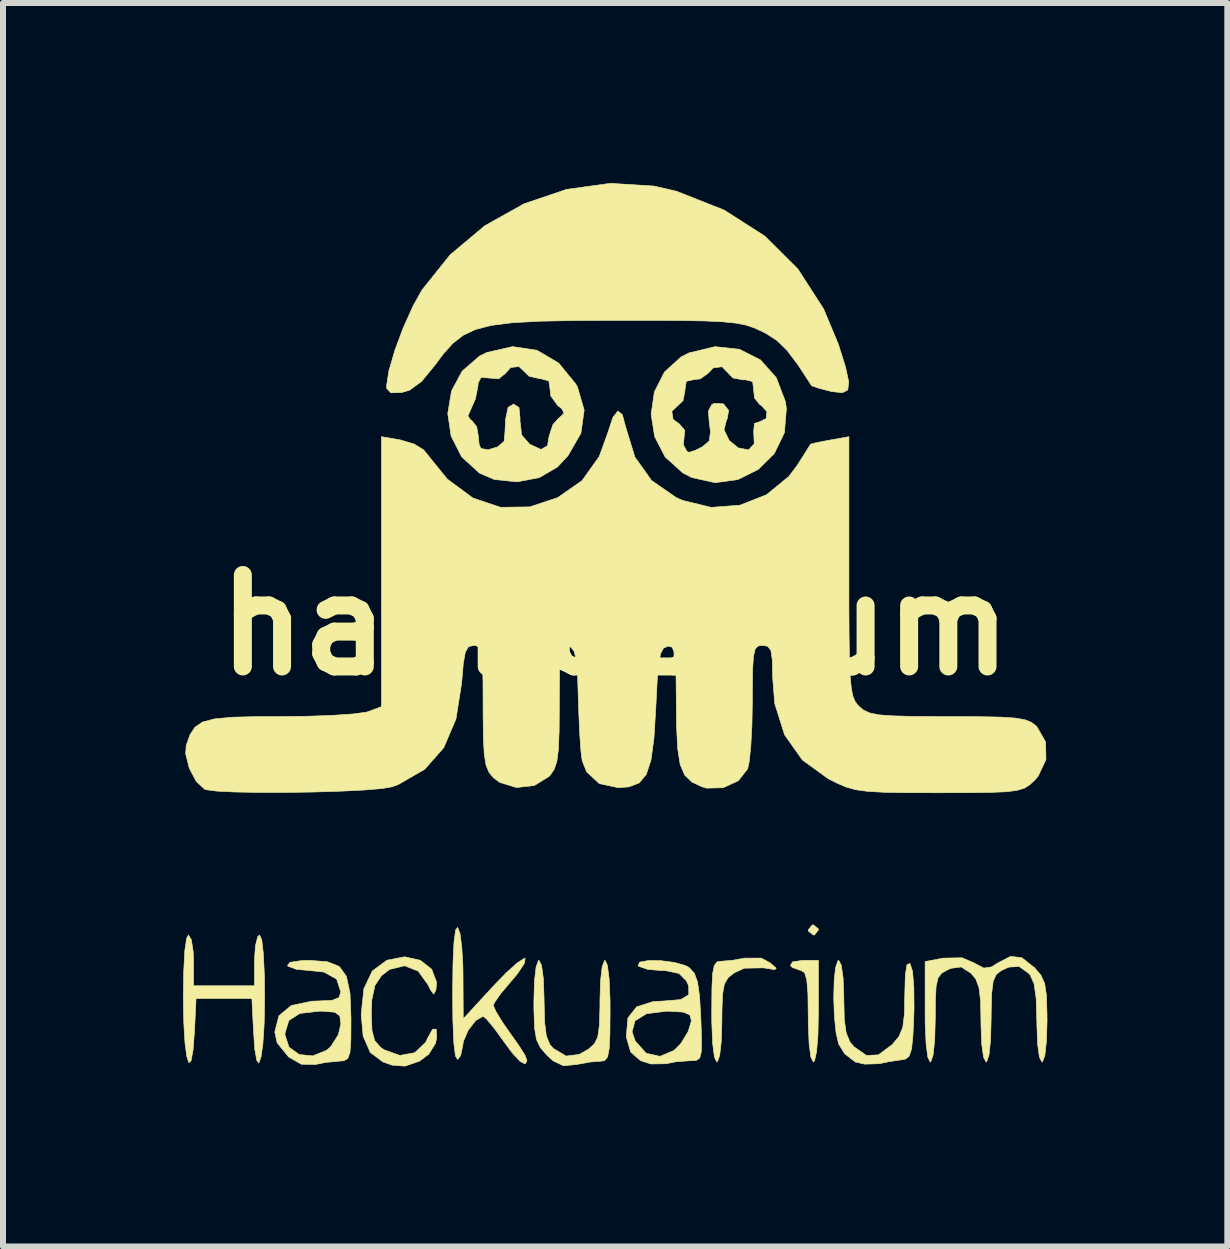
<source format=kicad_pcb>
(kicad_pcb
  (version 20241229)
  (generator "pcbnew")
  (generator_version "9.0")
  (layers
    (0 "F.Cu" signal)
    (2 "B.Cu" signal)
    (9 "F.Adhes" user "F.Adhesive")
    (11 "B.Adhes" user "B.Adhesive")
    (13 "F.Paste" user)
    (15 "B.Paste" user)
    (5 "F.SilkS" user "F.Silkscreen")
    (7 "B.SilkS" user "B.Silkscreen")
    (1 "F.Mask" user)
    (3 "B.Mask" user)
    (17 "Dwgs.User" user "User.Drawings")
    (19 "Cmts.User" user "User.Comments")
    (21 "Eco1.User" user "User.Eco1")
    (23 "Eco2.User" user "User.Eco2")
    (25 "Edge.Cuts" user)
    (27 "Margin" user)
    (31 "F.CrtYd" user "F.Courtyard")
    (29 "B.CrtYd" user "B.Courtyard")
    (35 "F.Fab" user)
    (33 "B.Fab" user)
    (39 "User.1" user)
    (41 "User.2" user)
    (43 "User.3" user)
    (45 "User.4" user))
  (footprint "hackuarium"
    (layer "F.Cu")
    (at 7.202 7.367)
    (property "Reference" "hackuarium" (at 0 0 0) (layer "F.SilkS") (effects (font (size 1.524 1.524) (thickness 0.3))))
    (attr through_hole)
    (fp_poly (pts (xy 3.384 5.06) (xy 3.387 5.08) (xy 3.322 5.162) (xy 3.302 5.165) (xy 3.22 5.1) (xy 3.217 5.08) (xy 3.282 4.998) (xy 3.302 4.995) (xy 3.384 5.06)) (stroke (width 0.01) (type solid)) (fill yes) (layer "F.SilkS"))
    (fp_poly (pts (xy 3.387 6.435) (xy 3.379 6.828) (xy 3.356 7.112) (xy 3.322 7.263) (xy 3.302 7.281) (xy 3.261 7.201) (xy 3.232 6.98) (xy 3.218 6.645) (xy 3.217 6.519) (xy 3.212 6.145) (xy 3.193 5.911) (xy 3.156 5.791) (xy 3.096 5.757) (xy 3.095 5.757) (xy 2.951 5.706) (xy 2.921 5.673) (xy 2.954 5.613) (xy 3.119 5.588) (xy 3.128 5.588) (xy 3.387 5.588) (xy 3.387 6.435)) (stroke (width 0.01) (type solid)) (fill yes) (layer "F.SilkS"))
    (fp_poly (pts (xy 2.582 5.629) (xy 2.684 5.718) (xy 2.661 5.742) (xy 2.494 5.716) (xy 2.473 5.712) (xy 2.151 5.718) (xy 1.986 5.794) (xy 1.882 5.876) (xy 1.82 5.981) (xy 1.789 6.151) (xy 1.779 6.429) (xy 1.778 6.606) (xy 1.768 6.941) (xy 1.741 7.176) (xy 1.701 7.279) (xy 1.693 7.281) (xy 1.654 7.201) (xy 1.625 6.976) (xy 1.61 6.631) (xy 1.609 6.44) (xy 1.612 6.054) (xy 1.624 5.807) (xy 1.652 5.67) (xy 1.7 5.612) (xy 1.757 5.603) (xy 1.947 5.587) (xy 2.159 5.55) (xy 2.433 5.549) (xy 2.582 5.629)) (stroke (width 0.01) (type solid)) (fill yes) (layer "F.SilkS"))
    (fp_poly (pts (xy -5.89 5.246) (xy -5.863 5.478) (xy -5.846 5.843) (xy -5.842 6.223) (xy -5.85 6.65) (xy -5.871 6.978) (xy -5.902 7.197) (xy -5.937 7.294) (xy -5.972 7.257) (xy -6.005 7.074) (xy -6.028 6.752) (xy -6.054 6.223) (xy -6.985 6.223) (xy -7.01 6.752) (xy -7.035 7.085) (xy -7.068 7.261) (xy -7.104 7.292) (xy -7.139 7.19) (xy -7.169 6.966) (xy -7.189 6.633) (xy -7.197 6.223) (xy -7.19 5.765) (xy -7.172 5.424) (xy -7.142 5.219) (xy -7.112 5.165) (xy -7.064 5.241) (xy -7.033 5.436) (xy -7.027 5.588) (xy -7.027 6.011) (xy -6.011 6.011) (xy -6.011 5.588) (xy -5.996 5.347) (xy -5.957 5.193) (xy -5.927 5.165) (xy -5.89 5.246)) (stroke (width 0.01) (type solid)) (fill yes) (layer "F.SilkS"))
    (fp_poly (pts (xy -3.249 5.586) (xy -3.058 5.735) (xy -2.976 5.953) (xy -2.987 6.079) (xy -3.024 6.15) (xy -3.081 6.074) (xy -3.113 6.002) (xy -3.282 5.767) (xy -3.51 5.677) (xy -3.76 5.738) (xy -3.895 5.842) (xy -4.004 6.006) (xy -4.056 6.246) (xy -4.064 6.475) (xy -4.053 6.757) (xy -4.008 6.926) (xy -3.908 7.039) (xy -3.853 7.077) (xy -3.588 7.172) (xy -3.34 7.126) (xy -3.158 6.953) (xy -3.127 6.886) (xy -3.042 6.734) (xy -2.982 6.735) (xy -2.975 6.874) (xy -2.993 6.967) (xy -3.106 7.151) (xy -3.262 7.267) (xy -3.503 7.35) (xy -3.715 7.334) (xy -3.868 7.281) (xy -4.081 7.123) (xy -4.2 6.849) (xy -4.233 6.487) (xy -4.188 6.06) (xy -4.047 5.764) (xy -3.805 5.586) (xy -3.801 5.584) (xy -3.509 5.528) (xy -3.249 5.586)) (stroke (width 0.01) (type solid)) (fill yes) (layer "F.SilkS"))
    (fp_poly (pts (xy 3.768 5.667) (xy 3.798 5.88) (xy 3.81 6.193) (xy 3.81 6.223) (xy 3.818 6.573) (xy 3.85 6.799) (xy 3.913 6.948) (xy 3.979 7.027) (xy 4.187 7.172) (xy 4.387 7.162) (xy 4.612 6.995) (xy 4.618 6.989) (xy 4.729 6.857) (xy 4.792 6.707) (xy 4.82 6.486) (xy 4.826 6.168) (xy 4.835 5.834) (xy 4.862 5.661) (xy 4.91 5.639) (xy 4.914 5.642) (xy 4.955 5.769) (xy 4.977 6.029) (xy 4.98 6.387) (xy 4.978 6.478) (xy 4.962 6.837) (xy 4.94 7.061) (xy 4.901 7.181) (xy 4.839 7.231) (xy 4.784 7.242) (xy 4.564 7.275) (xy 4.403 7.309) (xy 4.159 7.317) (xy 3.999 7.28) (xy 3.824 7.143) (xy 3.724 6.982) (xy 3.68 6.789) (xy 3.653 6.519) (xy 3.642 6.218) (xy 3.649 5.932) (xy 3.672 5.709) (xy 3.712 5.594) (xy 3.725 5.588) (xy 3.768 5.667)) (stroke (width 0.01) (type solid)) (fill yes) (layer "F.SilkS"))
    (fp_poly (pts (xy -0.13 5.668) (xy -0.101 5.893) (xy -0.086 6.238) (xy -0.085 6.429) (xy -0.088 6.816) (xy -0.1 7.062) (xy -0.128 7.2) (xy -0.176 7.258) (xy -0.233 7.267) (xy -0.42 7.282) (xy -0.651 7.324) (xy -0.864 7.343) (xy -1.034 7.262) (xy -1.137 7.168) (xy -1.247 7.042) (xy -1.312 6.906) (xy -1.344 6.711) (xy -1.354 6.411) (xy -1.355 6.269) (xy -1.345 5.932) (xy -1.318 5.696) (xy -1.278 5.59) (xy -1.27 5.588) (xy -1.228 5.667) (xy -1.198 5.882) (xy -1.186 6.201) (xy -1.185 6.252) (xy -1.177 6.612) (xy -1.148 6.843) (xy -1.09 6.988) (xy -1.03 7.057) (xy -0.818 7.182) (xy -0.598 7.155) (xy -0.442 7.065) (xy -0.347 6.98) (xy -0.29 6.863) (xy -0.263 6.671) (xy -0.254 6.364) (xy -0.254 6.261) (xy -0.244 5.927) (xy -0.217 5.693) (xy -0.177 5.59) (xy -0.169 5.588) (xy -0.13 5.668)) (stroke (width 0.01) (type solid)) (fill yes) (layer "F.SilkS"))
    (fp_poly (pts (xy -2.586 5.141) (xy -2.556 5.371) (xy -2.538 5.686) (xy -2.536 5.826) (xy -2.532 6.562) (xy -2.044 6.031) (xy -1.818 5.797) (xy -1.633 5.63) (xy -1.518 5.555) (xy -1.499 5.556) (xy -1.518 5.645) (xy -1.629 5.811) (xy -1.737 5.939) (xy -1.905 6.138) (xy -2.011 6.289) (xy -2.032 6.338) (xy -1.986 6.443) (xy -1.87 6.631) (xy -1.795 6.739) (xy -1.606 7.006) (xy -1.503 7.168) (xy -1.47 7.256) (xy -1.491 7.302) (xy -1.505 7.312) (xy -1.585 7.271) (xy -1.722 7.121) (xy -1.858 6.937) (xy -2.019 6.715) (xy -2.146 6.563) (xy -2.201 6.519) (xy -2.324 6.589) (xy -2.449 6.751) (xy -2.53 6.938) (xy -2.54 7.008) (xy -2.576 7.176) (xy -2.625 7.239) (xy -2.662 7.182) (xy -2.689 6.962) (xy -2.705 6.586) (xy -2.709 6.138) (xy -2.703 5.632) (xy -2.686 5.276) (xy -2.658 5.078) (xy -2.625 5.038) (xy -2.586 5.141)) (stroke (width 0.01) (type solid)) (fill yes) (layer "F.SilkS"))
    (fp_poly (pts (xy -4.799 5.609) (xy -4.598 5.689) (xy -4.478 5.856) (xy -4.419 6.135) (xy -4.403 6.554) (xy -4.403 6.581) (xy -4.405 6.919) (xy -4.42 7.122) (xy -4.457 7.224) (xy -4.524 7.261) (xy -4.593 7.266) (xy -4.83 7.289) (xy -4.997 7.323) (xy -5.231 7.318) (xy -5.442 7.197) (xy -5.634 6.961) (xy -5.662 6.828) (xy -5.503 6.828) (xy -5.435 7.036) (xy -5.265 7.157) (xy -5.04 7.179) (xy -4.812 7.087) (xy -4.741 7.027) (xy -4.613 6.826) (xy -4.572 6.646) (xy -4.589 6.514) (xy -4.67 6.452) (xy -4.862 6.435) (xy -4.936 6.435) (xy -5.256 6.472) (xy -5.439 6.59) (xy -5.503 6.803) (xy -5.503 6.828) (xy -5.662 6.828) (xy -5.673 6.78) (xy -5.604 6.511) (xy -5.397 6.339) (xy -5.056 6.268) (xy -4.968 6.265) (xy -4.721 6.254) (xy -4.603 6.208) (xy -4.572 6.114) (xy -4.572 6.113) (xy -4.642 5.9) (xy -4.852 5.783) (xy -5.092 5.757) (xy -5.312 5.737) (xy -5.449 5.686) (xy -5.461 5.673) (xy -5.42 5.62) (xy -5.232 5.592) (xy -5.098 5.588) (xy -4.799 5.609)) (stroke (width 0.01) (type solid)) (fill yes) (layer "F.SilkS"))
    (fp_poly (pts (xy 0.65 -7.316) (xy 1.022 -7.23) (xy 1.816 -6.916) (xy 2.491 -6.484) (xy 3.044 -5.935) (xy 3.473 -5.27) (xy 3.719 -4.681) (xy 3.839 -4.3) (xy 3.892 -4.053) (xy 3.876 -3.918) (xy 3.785 -3.872) (xy 3.616 -3.891) (xy 3.592 -3.896) (xy 3.389 -3.948) (xy 3.277 -3.988) (xy 3.271 -3.993) (xy 3.041 -4.345) (xy 2.86 -4.583) (xy 2.695 -4.743) (xy 2.512 -4.861) (xy 2.434 -4.9) (xy 2.307 -4.957) (xy 2.174 -5.001) (xy 2.012 -5.032) (xy 1.797 -5.054) (xy 1.504 -5.068) (xy 1.11 -5.075) (xy 0.592 -5.078) (xy 0.037 -5.078) (xy -0.686 -5.075) (xy -1.262 -5.064) (xy -1.712 -5.039) (xy -2.06 -4.995) (xy -2.327 -4.927) (xy -2.534 -4.829) (xy -2.705 -4.696) (xy -2.862 -4.522) (xy -3.003 -4.333) (xy -3.227 -4.06) (xy -3.425 -3.915) (xy -3.557 -3.876) (xy -3.74 -3.871) (xy -3.807 -3.943) (xy -3.81 -3.986) (xy -3.772 -4.234) (xy -3.673 -4.575) (xy -3.532 -4.954) (xy -3.369 -5.316) (xy -3.222 -5.581) (xy -2.75 -6.171) (xy -2.173 -6.655) (xy -1.518 -7.021) (xy -0.811 -7.261) (xy -0.079 -7.362) (xy 0.65 -7.316)) (stroke (width 0.01) (type solid)) (fill yes) (layer "F.SilkS"))
    (fp_poly (pts (xy 0.765 5.593) (xy 0.987 5.622) (xy 1.173 5.675) (xy 1.233 5.708) (xy 1.317 5.799) (xy 1.372 5.945) (xy 1.406 6.186) (xy 1.427 6.546) (xy 1.439 6.894) (xy 1.436 7.106) (xy 1.409 7.215) (xy 1.351 7.255) (xy 1.257 7.259) (xy 1.012 7.277) (xy 0.847 7.31) (xy 0.596 7.314) (xy 0.423 7.259) (xy 0.259 7.116) (xy 0.189 6.878) (xy 0.186 6.845) (xy 0.192 6.779) (xy 0.281 6.779) (xy 0.335 6.935) (xy 0.517 7.135) (xy 0.745 7.187) (xy 0.98 7.089) (xy 1.095 6.974) (xy 1.217 6.772) (xy 1.27 6.596) (xy 1.27 6.593) (xy 1.244 6.497) (xy 1.138 6.45) (xy 0.912 6.435) (xy 0.85 6.435) (xy 0.523 6.476) (xy 0.33 6.595) (xy 0.281 6.779) (xy 0.192 6.779) (xy 0.212 6.548) (xy 0.358 6.361) (xy 0.634 6.274) (xy 0.805 6.265) (xy 1.091 6.241) (xy 1.227 6.161) (xy 1.225 6.013) (xy 1.186 5.928) (xy 1.063 5.805) (xy 0.841 5.759) (xy 0.764 5.757) (xy 0.54 5.737) (xy 0.396 5.688) (xy 0.381 5.673) (xy 0.411 5.616) (xy 0.555 5.59) (xy 0.765 5.593)) (stroke (width 0.01) (type solid)) (fill yes) (layer "F.SilkS"))
    (fp_poly (pts (xy 6.776 5.543) (xy 6.984 5.707) (xy 6.989 5.711) (xy 7.094 5.834) (xy 7.157 5.973) (xy 7.187 6.174) (xy 7.196 6.485) (xy 7.197 6.6) (xy 7.187 6.937) (xy 7.16 7.174) (xy 7.12 7.279) (xy 7.112 7.281) (xy 7.07 7.202) (xy 7.04 6.986) (xy 7.028 6.666) (xy 7.027 6.61) (xy 7.016 6.224) (xy 6.98 5.974) (xy 6.913 5.827) (xy 6.894 5.806) (xy 6.732 5.689) (xy 6.559 5.7) (xy 6.429 5.76) (xy 6.348 5.825) (xy 6.299 5.937) (xy 6.274 6.133) (xy 6.266 6.451) (xy 6.265 6.565) (xy 6.256 6.914) (xy 6.23 7.161) (xy 6.191 7.277) (xy 6.181 7.281) (xy 6.139 7.202) (xy 6.109 6.987) (xy 6.096 6.668) (xy 6.096 6.617) (xy 6.089 6.264) (xy 6.062 6.037) (xy 6.007 5.893) (xy 5.926 5.799) (xy 5.766 5.697) (xy 5.596 5.72) (xy 5.545 5.742) (xy 5.443 5.799) (xy 5.38 5.88) (xy 5.348 6.024) (xy 5.336 6.269) (xy 5.334 6.56) (xy 5.325 6.911) (xy 5.299 7.16) (xy 5.26 7.276) (xy 5.249 7.281) (xy 5.21 7.201) (xy 5.181 6.976) (xy 5.166 6.632) (xy 5.165 6.444) (xy 5.165 5.607) (xy 5.468 5.55) (xy 5.779 5.544) (xy 5.978 5.629) (xy 6.143 5.716) (xy 6.271 5.697) (xy 6.371 5.634) (xy 6.59 5.521) (xy 6.776 5.543)) (stroke (width 0.01) (type solid)) (fill yes) (layer "F.SilkS"))
    (fp_poly (pts (xy -1.302 -4.579) (xy -0.943 -4.368) (xy -0.658 -4.019) (xy -0.627 -3.962) (xy -0.517 -3.583) (xy -0.571 -3.198) (xy -0.787 -2.822) (xy -0.963 -2.634) (xy -1.263 -2.458) (xy -1.635 -2.387) (xy -2.012 -2.426) (xy -2.261 -2.532) (xy -2.559 -2.805) (xy -2.734 -3.149) (xy -2.784 -3.485) (xy -2.455 -3.485) (xy -2.409 -3.418) (xy -2.392 -3.411) (xy -2.308 -3.306) (xy -2.286 -3.182) (xy -2.267 -3.011) (xy -2.239 -2.944) (xy -2.118 -2.921) (xy -1.958 -2.971) (xy -1.854 -3.06) (xy -1.848 -3.079) (xy -1.836 -3.229) (xy -1.827 -3.429) (xy -1.784 -3.629) (xy -1.693 -3.683) (xy -1.603 -3.626) (xy -1.585 -3.44) (xy -1.587 -3.412) (xy -1.559 -3.168) (xy -1.425 -3.014) (xy -1.236 -2.927) (xy -1.128 -2.988) (xy -1.101 -3.149) (xy -1.037 -3.342) (xy -0.953 -3.436) (xy -0.852 -3.528) (xy -0.889 -3.605) (xy -0.96 -3.661) (xy -1.073 -3.819) (xy -1.087 -3.941) (xy -1.106 -4.069) (xy -1.249 -4.108) (xy -1.264 -4.108) (xy -1.434 -4.147) (xy -1.503 -4.214) (xy -1.602 -4.308) (xy -1.741 -4.293) (xy -1.832 -4.192) (xy -1.942 -4.104) (xy -2.083 -4.116) (xy -2.235 -4.128) (xy -2.284 -4.034) (xy -2.286 -3.987) (xy -2.329 -3.769) (xy -2.392 -3.628) (xy -2.455 -3.485) (xy -2.784 -3.485) (xy -2.79 -3.527) (xy -2.728 -3.9) (xy -2.551 -4.231) (xy -2.26 -4.484) (xy -2.139 -4.543) (xy -1.71 -4.641) (xy -1.302 -4.579)) (stroke (width 0.01) (type solid)) (fill yes) (layer "F.SilkS"))
    (fp_poly (pts (xy 2.071 -4.596) (xy 2.421 -4.419) (xy 2.685 -4.123) (xy 2.836 -3.726) (xy 2.853 -3.609) (xy 2.82 -3.206) (xy 2.653 -2.861) (xy 2.384 -2.594) (xy 2.045 -2.425) (xy 1.666 -2.373) (xy 1.279 -2.458) (xy 1.126 -2.537) (xy 0.833 -2.801) (xy 0.658 -3.14) (xy 0.599 -3.514) (xy 0.606 -3.563) (xy 0.944 -3.563) (xy 0.965 -3.428) (xy 1.067 -3.353) (xy 1.161 -3.245) (xy 1.152 -3.167) (xy 1.136 -3.004) (xy 1.197 -2.892) (xy 1.238 -2.879) (xy 1.338 -2.914) (xy 1.453 -2.971) (xy 1.567 -3.068) (xy 1.589 -3.223) (xy 1.57 -3.353) (xy 1.552 -3.566) (xy 1.61 -3.673) (xy 1.656 -3.696) (xy 1.805 -3.687) (xy 1.891 -3.577) (xy 1.866 -3.434) (xy 1.856 -3.421) (xy 1.814 -3.256) (xy 1.901 -3.074) (xy 2.053 -2.952) (xy 2.224 -2.92) (xy 2.317 -3.021) (xy 2.308 -3.227) (xy 2.32 -3.36) (xy 2.403 -3.387) (xy 2.518 -3.442) (xy 2.528 -3.559) (xy 2.432 -3.663) (xy 2.413 -3.671) (xy 2.321 -3.785) (xy 2.308 -3.913) (xy 2.291 -4.058) (xy 2.168 -4.089) (xy 2.135 -4.086) (xy 1.962 -4.118) (xy 1.893 -4.191) (xy 1.782 -4.305) (xy 1.635 -4.287) (xy 1.549 -4.197) (xy 1.418 -4.103) (xy 1.312 -4.091) (xy 1.185 -4.063) (xy 1.163 -3.922) (xy 1.164 -3.913) (xy 1.131 -3.74) (xy 1.058 -3.671) (xy 0.944 -3.563) (xy 0.606 -3.563) (xy 0.653 -3.886) (xy 0.821 -4.217) (xy 1.098 -4.469) (xy 1.227 -4.535) (xy 1.664 -4.64) (xy 2.071 -4.596)) (stroke (width 0.01) (type solid)) (fill yes) (layer "F.SilkS"))
    (fp_poly (pts (xy 0.119 -3.507) (xy 0.174 -3.302) (xy 0.329 -2.798) (xy 0.608 -2.408) (xy 1.017 -2.125) (xy 1.122 -2.078) (xy 1.6 -1.962) (xy 2.079 -1.998) (xy 2.523 -2.173) (xy 2.893 -2.476) (xy 3.029 -2.656) (xy 3.159 -2.86) (xy 3.241 -2.991) (xy 3.256 -3.016) (xy 3.332 -3.035) (xy 3.517 -3.072) (xy 3.577 -3.083) (xy 3.895 -3.14) (xy 3.895 -0.978) (xy 3.895 -0.315) (xy 3.898 0.2) (xy 3.905 0.587) (xy 3.917 0.867) (xy 3.936 1.061) (xy 3.963 1.191) (xy 4 1.277) (xy 4.049 1.339) (xy 4.064 1.355) (xy 4.142 1.419) (xy 4.244 1.465) (xy 4.397 1.496) (xy 4.631 1.513) (xy 4.974 1.522) (xy 5.453 1.524) (xy 5.546 1.524) (xy 6.05 1.526) (xy 6.412 1.533) (xy 6.662 1.549) (xy 6.827 1.577) (xy 6.935 1.62) (xy 7.015 1.681) (xy 7.027 1.693) (xy 7.173 1.947) (xy 7.179 2.24) (xy 7.048 2.519) (xy 6.989 2.586) (xy 6.906 2.663) (xy 6.818 2.718) (xy 6.695 2.755) (xy 6.512 2.778) (xy 6.239 2.789) (xy 5.848 2.793) (xy 5.39 2.794) (xy 4.872 2.793) (xy 4.491 2.787) (xy 4.215 2.772) (xy 4.011 2.744) (xy 3.848 2.699) (xy 3.692 2.632) (xy 3.547 2.558) (xy 3.119 2.247) (xy 2.823 1.829) (xy 2.659 1.309) (xy 2.625 0.879) (xy 2.619 0.585) (xy 2.595 0.422) (xy 2.54 0.352) (xy 2.455 0.339) (xy 2.381 0.349) (xy 2.332 0.401) (xy 2.304 0.524) (xy 2.29 0.746) (xy 2.286 1.097) (xy 2.286 1.264) (xy 2.279 1.665) (xy 2.26 2.02) (xy 2.232 2.285) (xy 2.207 2.397) (xy 2.051 2.595) (xy 1.8 2.71) (xy 1.522 2.717) (xy 1.447 2.695) (xy 1.277 2.615) (xy 1.159 2.501) (xy 1.083 2.324) (xy 1.041 2.055) (xy 1.022 1.665) (xy 1.019 1.327) (xy 1.015 0.901) (xy 1.006 0.618) (xy 0.985 0.449) (xy 0.949 0.37) (xy 0.894 0.351) (xy 0.868 0.355) (xy 0.803 0.387) (xy 0.757 0.475) (xy 0.724 0.646) (xy 0.7 0.928) (xy 0.678 1.35) (xy 0.677 1.375) (xy 0.646 1.884) (xy 0.597 2.248) (xy 0.518 2.489) (xy 0.399 2.631) (xy 0.229 2.696) (xy 0.049 2.709) (xy -0.266 2.641) (xy -0.477 2.444) (xy -0.55 2.259) (xy -0.571 2.097) (xy -0.591 1.813) (xy -0.607 1.454) (xy -0.614 1.229) (xy -0.627 0.837) (xy -0.648 0.584) (xy -0.683 0.439) (xy -0.736 0.371) (xy -0.783 0.355) (xy -0.846 0.357) (xy -0.888 0.41) (xy -0.914 0.541) (xy -0.927 0.777) (xy -0.931 1.144) (xy -0.931 1.332) (xy -0.934 1.77) (xy -0.946 2.071) (xy -0.972 2.272) (xy -1.017 2.405) (xy -1.086 2.505) (xy -1.104 2.524) (xy -1.348 2.674) (xy -1.645 2.707) (xy -1.926 2.621) (xy -2.032 2.54) (xy -2.105 2.45) (xy -2.153 2.331) (xy -2.182 2.15) (xy -2.197 1.874) (xy -2.201 1.469) (xy -2.201 1.355) (xy -2.203 0.925) (xy -2.212 0.636) (xy -2.232 0.462) (xy -2.267 0.373) (xy -2.323 0.341) (xy -2.36 0.339) (xy -2.443 0.36) (xy -2.497 0.449) (xy -2.531 0.638) (xy -2.558 0.959) (xy -2.653 1.564) (xy -2.857 2.043) (xy -3.176 2.404) (xy -3.615 2.657) (xy -3.717 2.695) (xy -3.886 2.724) (xy -4.183 2.749) (xy -4.573 2.768) (xy -5.02 2.782) (xy -5.485 2.789) (xy -5.935 2.789) (xy -6.331 2.782) (xy -6.639 2.767) (xy -6.82 2.743) (xy -6.839 2.737) (xy -6.981 2.607) (xy -7.098 2.384) (xy -7.158 2.144) (xy -7.149 2.007) (xy -7.086 1.829) (xy -7.003 1.702) (xy -6.875 1.615) (xy -6.676 1.563) (xy -6.377 1.535) (xy -5.954 1.525) (xy -5.58 1.524) (xy -5.119 1.519) (xy -4.704 1.504) (xy -4.37 1.481) (xy -4.155 1.453) (xy -4.112 1.441) (xy -3.895 1.359) (xy -3.895 -3.14) (xy -3.577 -3.085) (xy -3.347 -3.016) (xy -3.19 -2.918) (xy -3.175 -2.899) (xy -2.797 -2.432) (xy -2.372 -2.118) (xy -1.91 -1.963) (xy -1.423 -1.97) (xy -0.959 -2.124) (xy -0.553 -2.407) (xy -0.266 -2.809) (xy -0.126 -3.195) (xy -0.038 -3.462) (xy 0.045 -3.567) (xy 0.119 -3.507)) (stroke (width 0.01) (type solid)) (fill yes) (layer "F.SilkS")))
  (gr_rect
    (start -3 -3)
    (end 17.403 17.722)
    (stroke (width 0.1) (type default))
    (fill no)
    (layer "Edge.Cuts")))
</source>
